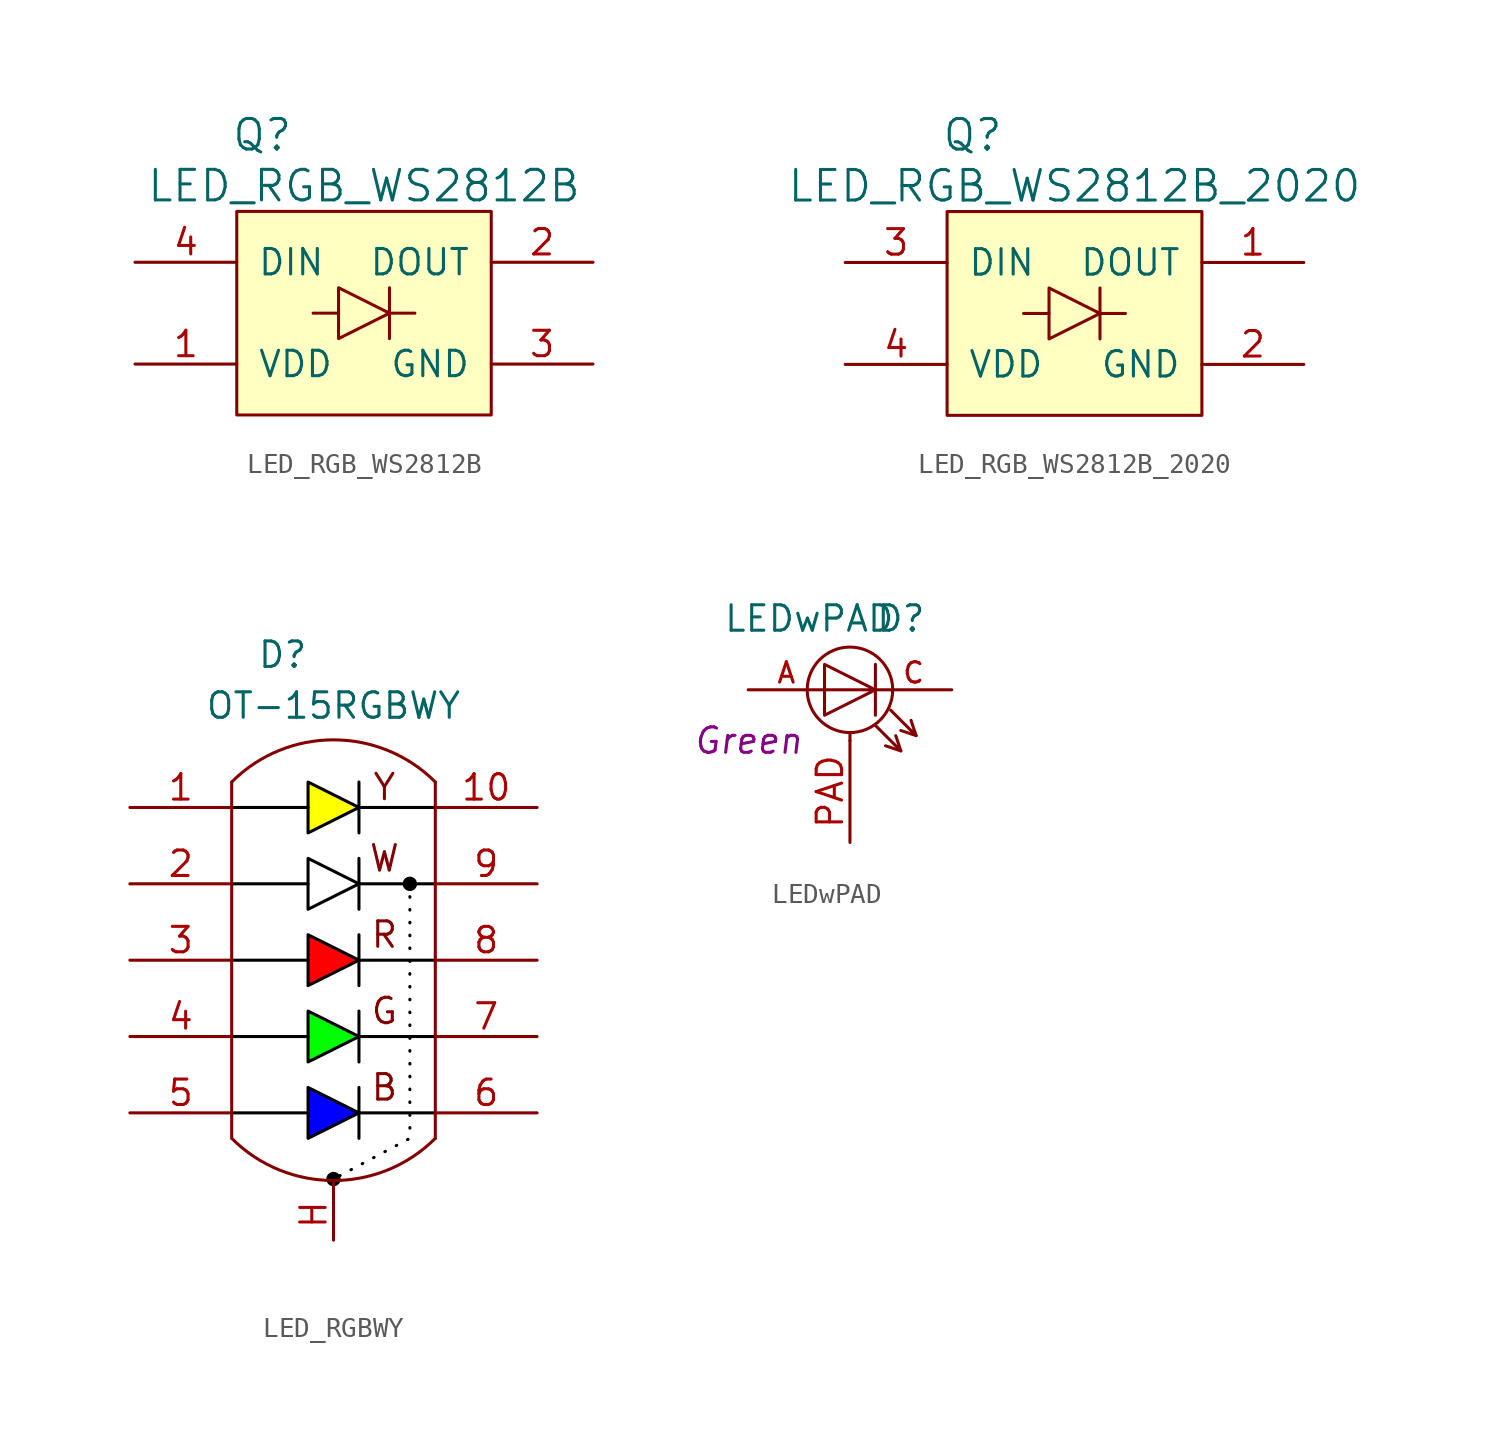
<source format=kicad_sym>
(kicad_symbol_lib
  (version 20231120)
  (generator "kicad_symbol_editor")
  (generator_version "8.0")
  (symbol "LED_RGB_WS2812B"
    (pin_names
      (offset 1.016))
    (property "Reference" "Q"
      (at -5.08 8.89 0)
      (effects (font (size 1.524 1.524))))
    (property "Value" "LED_RGB_WS2812B"
      (at 0 6.35 0)
      (effects (font (size 1.524 1.524))))
    (symbol "LED_RGB_WS2812B_0_1"
      (rectangle (start -6.35 5.08) (end 6.35 -5.08) (stroke (width 0) (type default)) (fill (type background)))
      (polyline (pts (xy -1.27 0) (xy -2.54 0)) (stroke (width 0) (type default)) (fill (type none)))
      (polyline (pts (xy 1.27 0) (xy 2.54 0)) (stroke (width 0) (type default)) (fill (type none)))
      (polyline (pts (xy 1.27 1.27) (xy 1.27 -1.27)) (stroke (width 0) (type default)) (fill (type none)))
      (polyline (pts (xy -1.27 1.27) (xy 1.27 0) (xy -1.27 -1.27) (xy -1.27 1.27)) (stroke (width 0) (type default)) (fill (type none))))
    (symbol "LED_RGB_WS2812B_1_1"
      (pin power_in line (at -11.43 -2.54 0) (length 5.08) (name "VDD" (effects (font (size 1.27 1.27)))) (number "1" (effects (font (size 1.27 1.27)))))
      (pin passive line (at 11.43 2.54 180) (length 5.08) (name "DOUT" (effects (font (size 1.27 1.27)))) (number "2" (effects (font (size 1.27 1.27)))))
      (pin power_in line (at 11.43 -2.54 180) (length 5.08) (name "GND" (effects (font (size 1.27 1.27)))) (number "3" (effects (font (size 1.27 1.27)))))
      (pin passive line (at -11.43 2.54 0) (length 5.08) (name "DIN" (effects (font (size 1.27 1.27)))) (number "4" (effects (font (size 1.27 1.27)))))))
  (symbol "LED_RGB_WS2812B_2020"
    (pin_names
      (offset 1.016))
    (property "Reference" "Q"
      (at -5.08 8.89 0)
      (effects (font (size 1.524 1.524))))
    (property "Value" "LED_RGB_WS2812B_2020"
      (at 0 6.35 0)
      (effects (font (size 1.524 1.524))))
    (symbol "LED_RGB_WS2812B_2020_0_1"
      (rectangle (start -6.35 5.08) (end 6.35 -5.08) (stroke (width 0) (type default)) (fill (type background)))
      (polyline (pts (xy -1.27 0) (xy -2.54 0)) (stroke (width 0) (type default)) (fill (type none)))
      (polyline (pts (xy 1.27 0) (xy 2.54 0)) (stroke (width 0) (type default)) (fill (type none)))
      (polyline (pts (xy 1.27 1.27) (xy 1.27 -1.27)) (stroke (width 0) (type default)) (fill (type none)))
      (polyline (pts (xy -1.27 1.27) (xy 1.27 0) (xy -1.27 -1.27) (xy -1.27 1.27)) (stroke (width 0) (type default)) (fill (type none))))
    (symbol "LED_RGB_WS2812B_2020_1_1"
      (pin passive line (at 11.43 2.54 180) (length 5.08) (name "DOUT" (effects (font (size 1.27 1.27)))) (number "1" (effects (font (size 1.27 1.27)))))
      (pin power_in line (at 11.43 -2.54 180) (length 5.08) (name "GND" (effects (font (size 1.27 1.27)))) (number "2" (effects (font (size 1.27 1.27)))))
      (pin passive line (at -11.43 2.54 0) (length 5.08) (name "DIN" (effects (font (size 1.27 1.27)))) (number "3" (effects (font (size 1.27 1.27)))))
      (pin power_in line (at -11.43 -2.54 0) (length 5.08) (name "VDD" (effects (font (size 1.27 1.27)))) (number "4" (effects (font (size 1.27 1.27)))))))
  (symbol "LED_RGBWY"
    (property "Reference" "D"
      (at -2.54 15.24 0)
      (effects (font (size 1.27 1.27))))
    (property "Value" "OT-15RGBWY"
      (at 0 12.7 0)
      (effects (font (size 1.27 1.27))))
    (symbol "LED_RGBWY_0_0"
      (text "B" (at 2.54 -6.35 0) (effects (font (size 1.27 1.27))))
      (text "G" (at 2.54 -2.54 0) (effects (font (size 1.27 1.27))))
      (text "R" (at 2.54 1.27 0) (effects (font (size 1.27 1.27))))
      (text "W" (at 2.54 5.08 0) (effects (font (size 1.27 1.27))))
      (text "Y" (at 2.54 8.636 0) (effects (font (size 1.27 1.27)))))
    (symbol "LED_RGBWY_0_1"
      (arc (start -5.08 -8.89) (mid 0 -10.9942) (end 5.08 -8.89) (stroke (width 0) (type default)) (fill (type none)))
      (circle (center 0 -10.922) (radius 0.359) (stroke (width -0.0001) (type default)) (fill (type color) (color 0 0 0 1)))
      (polyline (pts (xy -5.08 -8.89) (xy -5.08 8.89)) (stroke (width 0) (type default)) (fill (type none)))
      (polyline (pts (xy 0 -11.43) (xy 0 -11.049)) (stroke (width 0) (type default)) (fill (type none)))
      (polyline (pts (xy 5.08 8.89) (xy 5.08 -8.89)) (stroke (width 0) (type default)) (fill (type none)))
      (polyline (pts (xy -5.08 -7.62) (xy -1.27 -7.62) (xy -1.27 -7.62)) (stroke (width 0) (type default) (color 0 0 0 1)) (fill (type none)))
      (polyline (pts (xy -5.08 -3.81) (xy -1.27 -3.81) (xy -1.27 -3.81)) (stroke (width 0) (type default) (color 0 0 0 1)) (fill (type none)))
      (polyline (pts (xy -5.08 0) (xy -1.27 0) (xy -1.27 0)) (stroke (width 0) (type default) (color 0 0 0 1)) (fill (type none)))
      (polyline (pts (xy -5.08 3.81) (xy -1.27 3.81) (xy -1.27 3.81)) (stroke (width 0) (type default) (color 0 0 0 1)) (fill (type none)))
      (polyline (pts (xy -5.08 7.62) (xy -1.27 7.62) (xy -1.27 7.62)) (stroke (width 0) (type default) (color 0 0 0 1)) (fill (type none)))
      (polyline (pts (xy 1.27 -7.62) (xy 5.08 -7.62) (xy 5.08 -7.62)) (stroke (width 0) (type default) (color 0 0 0 1)) (fill (type none)))
      (polyline (pts (xy 1.27 -6.35) (xy 1.27 -8.89) (xy 1.27 -8.89)) (stroke (width 0) (type default) (color 0 0 0 1)) (fill (type none)))
      (polyline (pts (xy 1.27 -3.81) (xy 5.08 -3.81) (xy 5.08 -3.81)) (stroke (width 0) (type default) (color 0 0 0 1)) (fill (type none)))
      (polyline (pts (xy 1.27 -2.54) (xy 1.27 -5.08) (xy 1.27 -5.08)) (stroke (width 0) (type default) (color 0 0 0 1)) (fill (type none)))
      (polyline (pts (xy 1.27 0) (xy 5.08 0) (xy 5.08 0)) (stroke (width 0) (type default) (color 0 0 0 1)) (fill (type none)))
      (polyline (pts (xy 1.27 1.27) (xy 1.27 -1.27) (xy 1.27 -1.27)) (stroke (width 0) (type default) (color 0 0 0 1)) (fill (type none)))
      (polyline (pts (xy 1.27 3.81) (xy 5.08 3.81) (xy 5.08 3.81)) (stroke (width 0) (type default) (color 0 0 0 1)) (fill (type none)))
      (polyline (pts (xy 1.27 5.08) (xy 1.27 2.54) (xy 1.27 2.54)) (stroke (width 0) (type default) (color 0 0 0 1)) (fill (type none)))
      (polyline (pts (xy 1.27 7.62) (xy 5.08 7.62) (xy 5.08 7.62)) (stroke (width 0) (type default) (color 0 0 0 1)) (fill (type none)))
      (polyline (pts (xy 1.27 8.89) (xy 1.27 6.35) (xy 1.27 6.35)) (stroke (width 0) (type default) (color 0 0 0 1)) (fill (type none)))
      (polyline (pts (xy 3.81 3.81) (xy 3.81 -8.89) (xy 0 -10.922)) (stroke (width 0) (type dot) (color 0 0 0 1)) (fill (type none)))
      (polyline (pts (xy -1.27 -6.35) (xy -1.27 -8.89) (xy 1.27 -7.62) (xy -1.27 -6.35) (xy -1.27 -6.35)) (stroke (width 0) (type default) (color 0 0 0 1)) (fill (type color) (color 0 0 255 1)))
      (polyline (pts (xy -1.27 -2.54) (xy -1.27 -5.08) (xy 1.27 -3.81) (xy -1.27 -2.54) (xy -1.27 -2.54)) (stroke (width 0) (type default) (color 0 0 0 1)) (fill (type color) (color 0 255 0 1)))
      (polyline (pts (xy -1.27 1.27) (xy -1.27 -1.27) (xy 1.27 0) (xy -1.27 1.27) (xy -1.27 1.27)) (stroke (width 0) (type default) (color 0 0 0 1)) (fill (type color) (color 255 0 0 1)))
      (polyline (pts (xy -1.27 5.08) (xy -1.27 2.54) (xy 1.27 3.81) (xy -1.27 5.08) (xy -1.27 5.08)) (stroke (width 0) (type default) (color 0 0 0 1)) (fill (type color) (color 255 255 255 1)))
      (polyline (pts (xy -1.27 8.89) (xy -1.27 6.35) (xy 1.27 7.62) (xy -1.27 8.89) (xy -1.27 8.89)) (stroke (width 0) (type default) (color 0 0 0 1)) (fill (type color) (color 255 255 0 1)))
      (circle (center 3.81 3.81) (radius 0.359) (stroke (width -0.0001) (type default)) (fill (type color) (color 0 0 0 1)))
      (arc (start 5.08 8.89) (mid 0 10.9942) (end -5.08 8.89) (stroke (width 0) (type default)) (fill (type none))))
    (symbol "LED_RGBWY_1_1"
      (pin passive line (at -10.16 7.62 0) (length 5.08) (name "~" (effects (font (size 1.27 1.27)))) (number "1" (effects (font (size 1.27 1.27)))))
      (pin passive line (at 10.16 7.62 180) (length 5.08) (name "~" (effects (font (size 1.27 1.27)))) (number "10" (effects (font (size 1.27 1.27)))))
      (pin passive line (at -10.16 3.81 0) (length 5.08) (name "~" (effects (font (size 1.27 1.27)))) (number "2" (effects (font (size 1.27 1.27)))))
      (pin passive line (at -10.16 0 0) (length 5.08) (name "~" (effects (font (size 1.27 1.27)))) (number "3" (effects (font (size 1.27 1.27)))))
      (pin passive line (at -10.16 -3.81 0) (length 5.08) (name "~" (effects (font (size 1.27 1.27)))) (number "4" (effects (font (size 1.27 1.27)))))
      (pin passive line (at -10.16 -7.62 0) (length 5.08) (name "~" (effects (font (size 1.27 1.27)))) (number "5" (effects (font (size 1.27 1.27)))))
      (pin passive line (at 10.16 -7.62 180) (length 5.08) (name "~" (effects (font (size 1.27 1.27)))) (number "6" (effects (font (size 1.27 1.27)))))
      (pin passive line (at 10.16 -3.81 180) (length 5.08) (name "~" (effects (font (size 1.27 1.27)))) (number "7" (effects (font (size 1.27 1.27)))))
      (pin passive line (at 10.16 0 180) (length 5.08) (name "~" (effects (font (size 1.27 1.27)))) (number "8" (effects (font (size 1.27 1.27)))))
      (pin passive line (at 10.16 3.81 180) (length 5.08) (name "~" (effects (font (size 1.27 1.27)))) (number "9" (effects (font (size 1.27 1.27)))))
      (pin passive line (at 0 -13.97 90) (length 2.54) (name "~" (effects (font (size 1.27 1.27)))) (number "H" (effects (font (size 1.27 1.27)))))))
  (symbol "LEDwPAD"
    (pin_names
      (offset 1.016) hide)
    (property "Reference" "D"
      (at 2.54 3.556 0)
      (effects (font (size 1.27 1.27))))
    (property "Value" "LEDwPAD"
      (at -2.032 3.556 0)
      (effects (font (size 1.27 1.27))))
    (property "Color" "Green"
      (at -5.08 -2.54 0)
      (effects (font (size 1.27 1.27) (italic yes))))
    (symbol "LEDwPAD_0_1"
      (polyline (pts (xy 0 -2.54) (xy 0 -2.159)) (stroke (width 0) (type default)) (fill (type none)))
      (polyline (pts (xy 1.27 1.27) (xy 1.27 -1.27)) (stroke (width 0) (type default)) (fill (type none)))
      (polyline (pts (xy 2.54 -3.048) (xy 1.778 -2.794)) (stroke (width 0) (type default)) (fill (type none)))
      (polyline (pts (xy 3.302 -2.286) (xy 2.54 -2.032)) (stroke (width 0) (type default)) (fill (type none)))
      (polyline (pts (xy 1.27 -1.778) (xy 2.54 -3.048) (xy 2.286 -2.286) (xy 2.286 -2.286)) (stroke (width 0) (type default)) (fill (type none)))
      (polyline (pts (xy 2.032 -1.016) (xy 3.302 -2.286) (xy 3.048 -1.524) (xy 3.048 -1.524)) (stroke (width 0) (type default)) (fill (type none)))
      (polyline (pts (xy 1.27 0) (xy -1.27 -1.27) (xy -1.27 1.27) (xy 1.27 0) (xy -1.27 0)) (stroke (width 0) (type default)) (fill (type none)))
      (circle (center 0 0) (radius 2.134) (stroke (width 0) (type default)) (fill (type none))))
    (symbol "LEDwPAD_1_1"
      (pin passive line (at -5.08 0 0) (length 3.81) (name "A" (effects (font (size 1.016 1.016)))) (number "A" (effects (font (size 1.016 1.016)))))
      (pin passive line (at 5.08 0 180) (length 3.81) (name "C" (effects (font (size 1.016 1.016)))) (number "C" (effects (font (size 1.016 1.016)))))
      (pin passive line (at 0 -7.62 90) (length 5.08) (name "~" (effects (font (size 1.27 1.27)))) (number "PAD" (effects (font (size 1.27 1.27))))))))
</source>
